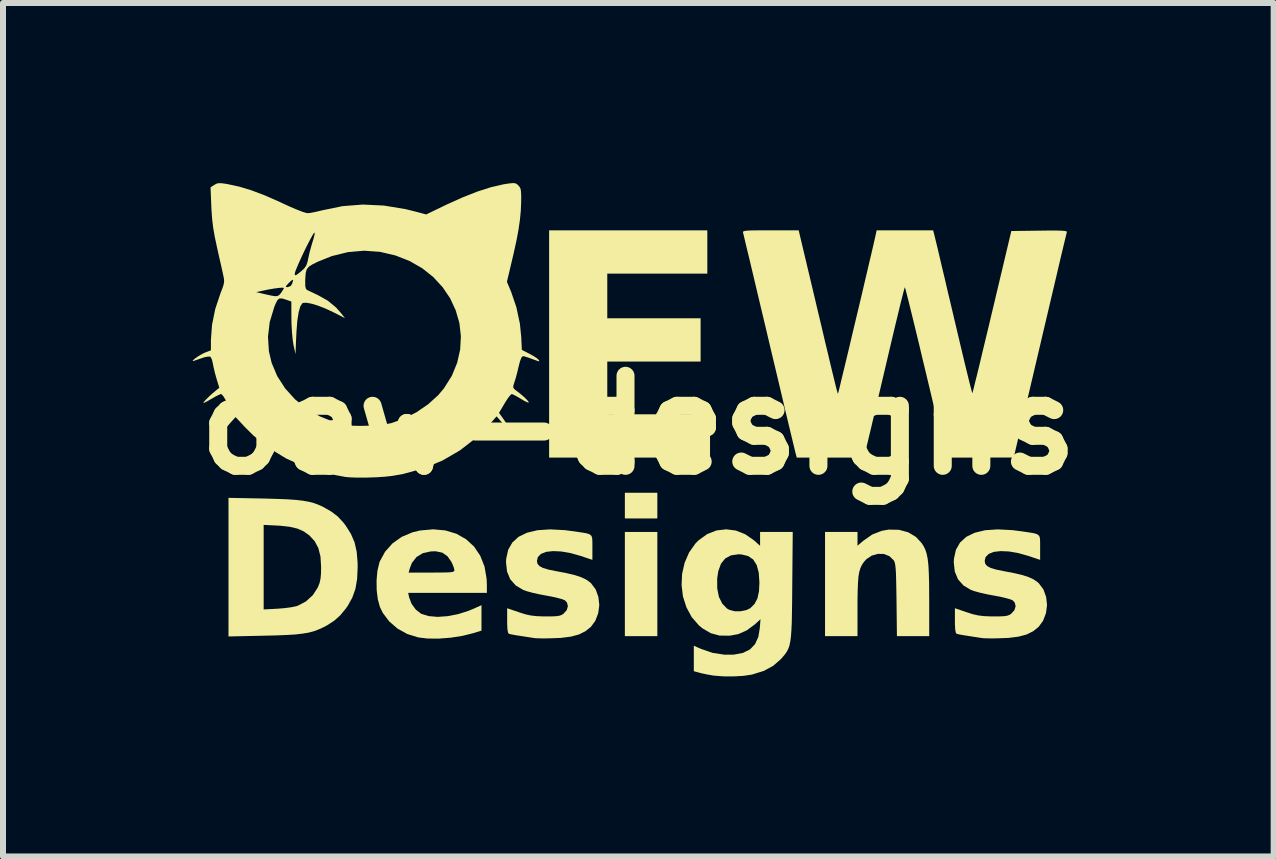
<source format=kicad_pcb>
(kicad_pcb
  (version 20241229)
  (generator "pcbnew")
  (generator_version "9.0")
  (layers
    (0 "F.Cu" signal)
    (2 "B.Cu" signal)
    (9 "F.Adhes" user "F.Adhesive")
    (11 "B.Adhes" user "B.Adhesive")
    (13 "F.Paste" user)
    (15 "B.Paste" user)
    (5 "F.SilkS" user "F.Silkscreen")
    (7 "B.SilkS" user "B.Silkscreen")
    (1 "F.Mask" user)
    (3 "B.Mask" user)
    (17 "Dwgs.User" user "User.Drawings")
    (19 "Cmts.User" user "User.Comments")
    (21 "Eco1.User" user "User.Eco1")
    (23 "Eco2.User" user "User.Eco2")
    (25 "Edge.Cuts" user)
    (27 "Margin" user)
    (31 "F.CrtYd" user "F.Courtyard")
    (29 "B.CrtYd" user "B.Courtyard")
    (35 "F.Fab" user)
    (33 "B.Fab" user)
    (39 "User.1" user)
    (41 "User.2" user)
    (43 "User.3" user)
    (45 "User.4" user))
  (footprint "oew-designs"
    (layer "F.Cu")
    (at 7.586 4.033)
    (property "Reference" "oew-designs" (at 0 0 0) (layer "F.SilkS") (effects (font (size 1.5 1.5) (thickness 0.3))))
    (attr board_only exclude_from_pos_files exclude_from_bom)
    (fp_poly (pts (xy 0.316 1.341) (xy 0.316 1.555) (xy 0.045 1.555) (xy -0.225 1.555) (xy -0.225 1.341) (xy -0.225 1.127) (xy 0.045 1.127) (xy 0.316 1.127)) (stroke (width 0) (type solid)) (fill yes) (layer "F.SilkS"))
    (fp_poly (pts (xy 0.316 2.648) (xy 0.316 3.516) (xy 0.045 3.516) (xy -0.225 3.516) (xy -0.225 2.648) (xy -0.225 1.78) (xy 0.045 1.78) (xy 0.316 1.78)) (stroke (width 0) (type solid)) (fill yes) (layer "F.SilkS"))
    (fp_poly (pts (xy 1.149 -2.885) (xy 1.149 -2.524) (xy 0.316 -2.524) (xy -0.518 -2.524) (xy -0.518 -2.152) (xy -0.518 -1.78) (xy 0.259 -1.78) (xy 1.037 -1.78) (xy 1.037 -1.42) (xy 1.037 -1.059) (xy 0.259 -1.059) (xy -0.518 -1.059) (xy -0.518 -0.62) (xy -0.518 -0.18) (xy 0.338 -0.18) (xy 1.194 -0.18) (xy 1.194 0.18) (xy 1.194 0.541) (xy -0.146 0.541) (xy -1.487 0.541) (xy -1.487 -1.352) (xy -1.487 -3.245) (xy -0.169 -3.245) (xy 1.149 -3.245)) (stroke (width 0) (type solid)) (fill yes) (layer "F.SilkS"))
    (fp_poly (pts (xy 4.341 1.744) (xy 4.494 1.785) (xy 4.623 1.862) (xy 4.717 1.962) (xy 4.753 2.017) (xy 4.781 2.075) (xy 4.803 2.143) (xy 4.82 2.226) (xy 4.832 2.33) (xy 4.839 2.459) (xy 4.844 2.62) (xy 4.845 2.818) (xy 4.846 2.912) (xy 4.846 3.516) (xy 4.577 3.516) (xy 4.308 3.516) (xy 4.301 2.913) (xy 4.298 2.729) (xy 4.295 2.585) (xy 4.292 2.475) (xy 4.287 2.394) (xy 4.281 2.336) (xy 4.273 2.296) (xy 4.263 2.268) (xy 4.254 2.252) (xy 4.182 2.183) (xy 4.091 2.147) (xy 3.99 2.145) (xy 3.889 2.174) (xy 3.799 2.234) (xy 3.758 2.28) (xy 3.725 2.328) (xy 3.7 2.381) (xy 3.681 2.444) (xy 3.667 2.523) (xy 3.659 2.625) (xy 3.654 2.757) (xy 3.651 2.924) (xy 3.651 3.026) (xy 3.651 3.516) (xy 3.381 3.516) (xy 3.11 3.516) (xy 3.11 2.648) (xy 3.11 1.78) (xy 3.381 1.78) (xy 3.651 1.78) (xy 3.651 1.895) (xy 3.651 2.009) (xy 3.745 1.929) (xy 3.896 1.823) (xy 4.056 1.761) (xy 4.168 1.741)) (stroke (width 0) (type solid)) (fill yes) (layer "F.SilkS"))
    (fp_poly (pts (xy -6.249 1.223) (xy -6.031 1.229) (xy -5.852 1.236) (xy -5.706 1.246) (xy -5.586 1.26) (xy -5.486 1.278) (xy -5.4 1.301) (xy -5.321 1.331) (xy -5.248 1.365) (xy -5.115 1.441) (xy -5.009 1.522) (xy -4.916 1.622) (xy -4.877 1.673) (xy -4.79 1.811) (xy -4.729 1.952) (xy -4.693 2.11) (xy -4.678 2.294) (xy -4.677 2.366) (xy -4.686 2.563) (xy -4.714 2.728) (xy -4.766 2.874) (xy -4.843 3.012) (xy -4.877 3.06) (xy -4.969 3.171) (xy -5.068 3.259) (xy -5.187 3.336) (xy -5.248 3.368) (xy -5.326 3.404) (xy -5.406 3.434) (xy -5.493 3.457) (xy -5.595 3.474) (xy -5.716 3.488) (xy -5.865 3.497) (xy -6.046 3.504) (xy -6.249 3.509) (xy -6.829 3.521) (xy -6.829 2.366) (xy -6.243 2.366) (xy -6.243 3.071) (xy -6.012 3.059) (xy -5.9 3.05) (xy -5.793 3.036) (xy -5.707 3.019) (xy -5.676 3.01) (xy -5.539 2.938) (xy -5.423 2.832) (xy -5.34 2.703) (xy -5.339 2.7) (xy -5.312 2.631) (xy -5.296 2.562) (xy -5.288 2.479) (xy -5.286 2.366) (xy -5.296 2.192) (xy -5.331 2.051) (xy -5.392 1.935) (xy -5.481 1.838) (xy -5.482 1.837) (xy -5.575 1.771) (xy -5.681 1.724) (xy -5.809 1.694) (xy -5.97 1.676) (xy -6.012 1.674) (xy -6.243 1.662) (xy -6.243 2.366) (xy -6.829 2.366) (xy -6.829 1.212)) (stroke (width 0) (type solid)) (fill yes) (layer "F.SilkS"))
    (fp_poly (pts (xy -3.213 1.755) (xy -3.029 1.811) (xy -2.87 1.902) (xy -2.737 2.024) (xy -2.634 2.177) (xy -2.563 2.357) (xy -2.528 2.563) (xy -2.524 2.661) (xy -2.524 2.795) (xy -3.18 2.795) (xy -3.835 2.795) (xy -3.82 2.868) (xy -3.779 2.977) (xy -3.709 3.073) (xy -3.622 3.141) (xy -3.614 3.145) (xy -3.494 3.182) (xy -3.345 3.195) (xy -3.178 3.183) (xy -3.001 3.149) (xy -2.824 3.092) (xy -2.736 3.055) (xy -2.614 3) (xy -2.614 3.212) (xy -2.614 3.424) (xy -2.758 3.468) (xy -2.935 3.512) (xy -3.129 3.542) (xy -3.326 3.557) (xy -3.511 3.556) (xy -3.668 3.537) (xy -3.849 3.481) (xy -4.012 3.391) (xy -4.151 3.271) (xy -4.258 3.129) (xy -4.306 3.031) (xy -4.341 2.902) (xy -4.36 2.748) (xy -4.362 2.585) (xy -4.35 2.457) (xy -3.828 2.457) (xy -3.447 2.457) (xy -3.307 2.456) (xy -3.206 2.455) (xy -3.138 2.452) (xy -3.096 2.446) (xy -3.074 2.437) (xy -3.066 2.425) (xy -3.065 2.416) (xy -3.075 2.373) (xy -3.1 2.31) (xy -3.116 2.277) (xy -3.182 2.183) (xy -3.266 2.125) (xy -3.376 2.102) (xy -3.457 2.104) (xy -3.592 2.134) (xy -3.697 2.198) (xy -3.773 2.296) (xy -3.807 2.383) (xy -3.828 2.457) (xy -4.35 2.457) (xy -4.348 2.428) (xy -4.316 2.294) (xy -4.308 2.271) (xy -4.22 2.109) (xy -4.098 1.972) (xy -3.945 1.863) (xy -3.766 1.787) (xy -3.64 1.756) (xy -3.417 1.736)) (stroke (width 0) (type solid)) (fill yes) (layer "F.SilkS"))
    (fp_poly (pts (xy -1.226 1.75) (xy -1.071 1.77) (xy -0.949 1.788) (xy -0.865 1.802) (xy -0.811 1.82) (xy -0.781 1.846) (xy -0.769 1.887) (xy -0.766 1.949) (xy -0.766 2.037) (xy -0.766 2.245) (xy -0.958 2.181) (xy -1.13 2.132) (xy -1.287 2.105) (xy -1.424 2.099) (xy -1.538 2.112) (xy -1.623 2.146) (xy -1.675 2.199) (xy -1.69 2.262) (xy -1.681 2.31) (xy -1.649 2.348) (xy -1.589 2.38) (xy -1.495 2.408) (xy -1.362 2.435) (xy -1.36 2.435) (xy -1.189 2.468) (xy -1.056 2.5) (xy -0.954 2.534) (xy -0.874 2.571) (xy -0.811 2.615) (xy -0.788 2.635) (xy -0.711 2.738) (xy -0.666 2.863) (xy -0.651 2.998) (xy -0.669 3.134) (xy -0.717 3.26) (xy -0.791 3.361) (xy -0.882 3.434) (xy -0.99 3.488) (xy -1.124 3.524) (xy -1.289 3.545) (xy -1.409 3.55) (xy -1.52 3.553) (xy -1.619 3.553) (xy -1.695 3.551) (xy -1.735 3.548) (xy -1.785 3.54) (xy -1.863 3.528) (xy -1.954 3.514) (xy -1.959 3.513) (xy -2.045 3.5) (xy -2.114 3.487) (xy -2.154 3.478) (xy -2.157 3.477) (xy -2.172 3.456) (xy -2.181 3.404) (xy -2.186 3.316) (xy -2.186 3.259) (xy -2.186 3.051) (xy -1.989 3.118) (xy -1.886 3.151) (xy -1.797 3.171) (xy -1.706 3.182) (xy -1.594 3.187) (xy -1.551 3.187) (xy -1.44 3.187) (xy -1.364 3.183) (xy -1.312 3.175) (xy -1.274 3.16) (xy -1.247 3.142) (xy -1.193 3.082) (xy -1.174 3.016) (xy -1.19 2.955) (xy -1.224 2.919) (xy -1.268 2.901) (xy -1.345 2.88) (xy -1.444 2.857) (xy -1.542 2.839) (xy -1.659 2.817) (xy -1.772 2.791) (xy -1.866 2.765) (xy -1.917 2.747) (xy -2.044 2.671) (xy -2.135 2.568) (xy -2.188 2.44) (xy -2.205 2.287) (xy -2.202 2.226) (xy -2.169 2.077) (xy -2.1 1.956) (xy -1.996 1.861) (xy -1.855 1.793) (xy -1.68 1.751) (xy -1.47 1.737)) (stroke (width 0) (type solid)) (fill yes) (layer "F.SilkS"))
    (fp_poly (pts (xy 6.234 1.75) (xy 6.389 1.77) (xy 6.511 1.788) (xy 6.595 1.802) (xy 6.649 1.82) (xy 6.679 1.846) (xy 6.691 1.887) (xy 6.694 1.949) (xy 6.694 2.037) (xy 6.694 2.245) (xy 6.502 2.181) (xy 6.33 2.132) (xy 6.173 2.105) (xy 6.036 2.099) (xy 5.922 2.112) (xy 5.837 2.146) (xy 5.785 2.199) (xy 5.77 2.262) (xy 5.779 2.31) (xy 5.811 2.348) (xy 5.871 2.38) (xy 5.965 2.408) (xy 6.098 2.435) (xy 6.1 2.435) (xy 6.271 2.468) (xy 6.404 2.5) (xy 6.506 2.534) (xy 6.586 2.571) (xy 6.649 2.615) (xy 6.672 2.635) (xy 6.749 2.738) (xy 6.794 2.863) (xy 6.809 2.998) (xy 6.791 3.134) (xy 6.743 3.26) (xy 6.669 3.361) (xy 6.578 3.434) (xy 6.47 3.488) (xy 6.336 3.524) (xy 6.171 3.545) (xy 6.051 3.55) (xy 5.94 3.553) (xy 5.841 3.553) (xy 5.765 3.551) (xy 5.725 3.548) (xy 5.675 3.54) (xy 5.596 3.528) (xy 5.506 3.514) (xy 5.501 3.513) (xy 5.415 3.5) (xy 5.346 3.487) (xy 5.306 3.478) (xy 5.303 3.477) (xy 5.288 3.456) (xy 5.279 3.404) (xy 5.274 3.316) (xy 5.274 3.259) (xy 5.274 3.051) (xy 5.471 3.118) (xy 5.574 3.151) (xy 5.663 3.171) (xy 5.754 3.182) (xy 5.866 3.187) (xy 5.909 3.187) (xy 6.02 3.187) (xy 6.096 3.183) (xy 6.148 3.175) (xy 6.186 3.16) (xy 6.213 3.142) (xy 6.266 3.082) (xy 6.286 3.016) (xy 6.27 2.955) (xy 6.236 2.919) (xy 6.192 2.901) (xy 6.115 2.88) (xy 6.016 2.857) (xy 5.918 2.839) (xy 5.801 2.817) (xy 5.688 2.791) (xy 5.594 2.765) (xy 5.543 2.747) (xy 5.416 2.671) (xy 5.325 2.568) (xy 5.272 2.44) (xy 5.255 2.287) (xy 5.258 2.226) (xy 5.291 2.077) (xy 5.36 1.956) (xy 5.464 1.861) (xy 5.605 1.793) (xy 5.78 1.751) (xy 5.99 1.737)) (stroke (width 0) (type solid)) (fill yes) (layer "F.SilkS"))
    (fp_poly (pts (xy 1.626 1.757) (xy 1.783 1.82) (xy 1.931 1.923) (xy 1.939 1.931) (xy 2.028 2.011) (xy 2.028 1.896) (xy 2.028 1.78) (xy 2.3 1.78) (xy 2.572 1.78) (xy 2.564 2.676) (xy 2.562 2.917) (xy 2.559 3.118) (xy 2.556 3.283) (xy 2.55 3.416) (xy 2.542 3.523) (xy 2.531 3.608) (xy 2.516 3.676) (xy 2.496 3.731) (xy 2.471 3.778) (xy 2.44 3.822) (xy 2.402 3.867) (xy 2.375 3.898) (xy 2.247 4.01) (xy 2.09 4.095) (xy 1.9 4.154) (xy 1.882 4.158) (xy 1.746 4.178) (xy 1.585 4.187) (xy 1.418 4.186) (xy 1.262 4.174) (xy 1.228 4.169) (xy 1.137 4.153) (xy 1.046 4.133) (xy 1.02 4.126) (xy 0.924 4.1) (xy 0.924 3.888) (xy 0.924 3.676) (xy 1.045 3.729) (xy 1.235 3.794) (xy 1.433 3.825) (xy 1.591 3.824) (xy 1.743 3.795) (xy 1.86 3.737) (xy 1.944 3.649) (xy 1.999 3.528) (xy 2.023 3.384) (xy 2.035 3.234) (xy 1.943 3.318) (xy 1.807 3.419) (xy 1.666 3.482) (xy 1.525 3.508) (xy 1.354 3.507) (xy 1.204 3.466) (xy 1.065 3.384) (xy 1.009 3.337) (xy 0.888 3.198) (xy 0.8 3.034) (xy 0.743 2.855) (xy 0.72 2.666) (xy 0.725 2.556) (xy 1.313 2.556) (xy 1.314 2.721) (xy 1.342 2.862) (xy 1.398 2.975) (xy 1.477 3.056) (xy 1.519 3.079) (xy 1.605 3.101) (xy 1.706 3.101) (xy 1.802 3.081) (xy 1.865 3.05) (xy 1.936 2.979) (xy 1.984 2.887) (xy 2.01 2.767) (xy 2.017 2.626) (xy 2.006 2.46) (xy 1.972 2.332) (xy 1.913 2.239) (xy 1.828 2.181) (xy 1.716 2.154) (xy 1.668 2.152) (xy 1.544 2.17) (xy 1.447 2.222) (xy 1.376 2.31) (xy 1.331 2.435) (xy 1.313 2.556) (xy 0.725 2.556) (xy 0.729 2.476) (xy 0.771 2.293) (xy 0.845 2.122) (xy 0.951 1.972) (xy 1.006 1.917) (xy 1.148 1.815) (xy 1.302 1.755) (xy 1.463 1.736)) (stroke (width 0) (type solid)) (fill yes) (layer "F.SilkS"))
    (fp_poly (pts (xy 2.916 -2.214) (xy 2.99 -1.901) (xy 3.055 -1.628) (xy 3.11 -1.393) (xy 3.158 -1.194) (xy 3.197 -1.028) (xy 3.23 -0.891) (xy 3.257 -0.781) (xy 3.278 -0.694) (xy 3.294 -0.63) (xy 3.306 -0.583) (xy 3.315 -0.552) (xy 3.32 -0.534) (xy 3.324 -0.525) (xy 3.326 -0.524) (xy 3.326 -0.524) (xy 3.332 -0.546) (xy 3.348 -0.608) (xy 3.371 -0.704) (xy 3.401 -0.83) (xy 3.438 -0.981) (xy 3.479 -1.153) (xy 3.524 -1.341) (xy 3.571 -1.541) (xy 3.62 -1.747) (xy 3.67 -1.955) (xy 3.719 -2.161) (xy 3.765 -2.359) (xy 3.809 -2.546) (xy 3.849 -2.716) (xy 3.884 -2.865) (xy 3.913 -2.989) (xy 3.934 -3.082) (xy 3.947 -3.138) (xy 3.97 -3.245) (xy 4.441 -3.245) (xy 4.911 -3.245) (xy 4.931 -3.172) (xy 4.939 -3.137) (xy 4.957 -3.063) (xy 4.984 -2.952) (xy 5.017 -2.811) (xy 5.057 -2.641) (xy 5.103 -2.449) (xy 5.152 -2.237) (xy 5.206 -2.011) (xy 5.253 -1.811) (xy 5.308 -1.578) (xy 5.36 -1.358) (xy 5.408 -1.157) (xy 5.451 -0.977) (xy 5.489 -0.822) (xy 5.52 -0.696) (xy 5.544 -0.604) (xy 5.559 -0.547) (xy 5.565 -0.531) (xy 5.571 -0.554) (xy 5.588 -0.617) (xy 5.612 -0.717) (xy 5.645 -0.849) (xy 5.684 -1.009) (xy 5.728 -1.195) (xy 5.778 -1.402) (xy 5.832 -1.626) (xy 5.888 -1.863) (xy 5.894 -1.887) (xy 6.214 -3.234) (xy 6.682 -3.24) (xy 6.844 -3.242) (xy 6.965 -3.242) (xy 7.051 -3.239) (xy 7.105 -3.235) (xy 7.133 -3.228) (xy 7.14 -3.218) (xy 7.14 -3.218) (xy 7.133 -3.192) (xy 7.117 -3.125) (xy 7.092 -3.022) (xy 7.059 -2.884) (xy 7.019 -2.715) (xy 6.973 -2.518) (xy 6.921 -2.297) (xy 6.864 -2.056) (xy 6.803 -1.796) (xy 6.738 -1.521) (xy 6.692 -1.324) (xy 6.254 0.54) (xy 5.69 0.541) (xy 5.127 0.541) (xy 4.789 -0.879) (xy 4.73 -1.124) (xy 4.675 -1.356) (xy 4.623 -1.57) (xy 4.576 -1.764) (xy 4.534 -1.934) (xy 4.499 -2.075) (xy 4.471 -2.185) (xy 4.452 -2.26) (xy 4.441 -2.296) (xy 4.44 -2.298) (xy 4.433 -2.277) (xy 4.416 -2.216) (xy 4.392 -2.12) (xy 4.36 -1.993) (xy 4.323 -1.838) (xy 4.28 -1.662) (xy 4.234 -1.467) (xy 4.184 -1.257) (xy 4.184 -1.256) (xy 4.131 -1.03) (xy 4.078 -0.804) (xy 4.026 -0.584) (xy 3.977 -0.377) (xy 3.933 -0.19) (xy 3.895 -0.029) (xy 3.865 0.099) (xy 3.849 0.163) (xy 3.76 0.541) (xy 3.199 0.541) (xy 2.639 0.541) (xy 2.616 0.456) (xy 2.608 0.422) (xy 2.59 0.346) (xy 2.563 0.234) (xy 2.528 0.089) (xy 2.486 -0.087) (xy 2.438 -0.288) (xy 2.385 -0.513) (xy 2.327 -0.758) (xy 2.265 -1.018) (xy 2.2 -1.291) (xy 2.175 -1.397) (xy 2.11 -1.673) (xy 2.047 -1.936) (xy 1.988 -2.184) (xy 1.934 -2.413) (xy 1.885 -2.619) (xy 1.842 -2.8) (xy 1.805 -2.952) (xy 1.777 -3.071) (xy 1.757 -3.155) (xy 1.746 -3.2) (xy 1.744 -3.206) (xy 1.743 -3.219) (xy 1.752 -3.229) (xy 1.777 -3.236) (xy 1.823 -3.241) (xy 1.896 -3.244) (xy 2.001 -3.245) (xy 2.144 -3.245) (xy 2.202 -3.245) (xy 2.671 -3.245)) (stroke (width 0) (type solid)) (fill yes) (layer "F.SilkS"))
    (fp_poly (pts (xy -2.044 -4.027) (xy -2.017 -4.01) (xy -1.999 -3.993) (xy -1.977 -3.966) (xy -1.962 -3.934) (xy -1.955 -3.887) (xy -1.952 -3.815) (xy -1.953 -3.712) (xy -1.959 -3.571) (xy -1.973 -3.424) (xy -1.996 -3.263) (xy -2.03 -3.079) (xy -2.077 -2.866) (xy -2.111 -2.721) (xy -2.19 -2.388) (xy -2.12 -2.221) (xy -2.032 -1.963) (xy -1.974 -1.69) (xy -1.951 -1.463) (xy -1.942 -1.254) (xy -1.821 -1.192) (xy -1.75 -1.153) (xy -1.693 -1.116) (xy -1.669 -1.095) (xy -1.651 -1.072) (xy -1.651 -1.063) (xy -1.676 -1.068) (xy -1.732 -1.088) (xy -1.775 -1.104) (xy -1.846 -1.129) (xy -1.903 -1.146) (xy -1.925 -1.149) (xy -1.948 -1.127) (xy -1.973 -1.061) (xy -1.995 -0.976) (xy -2.018 -0.878) (xy -2.043 -0.785) (xy -2.065 -0.715) (xy -2.066 -0.712) (xy -2.084 -0.654) (xy -2.083 -0.62) (xy -2.059 -0.593) (xy -2.035 -0.575) (xy -1.969 -0.524) (xy -1.906 -0.47) (xy -1.857 -0.422) (xy -1.829 -0.387) (xy -1.826 -0.375) (xy -1.85 -0.38) (xy -1.9 -0.404) (xy -1.961 -0.44) (xy -2.029 -0.48) (xy -2.083 -0.508) (xy -2.11 -0.518) (xy -2.133 -0.5) (xy -2.171 -0.452) (xy -2.216 -0.383) (xy -2.229 -0.361) (xy -2.322 -0.204) (xy -2.244 -0.096) (xy -2.19 -0.014) (xy -2.152 0.056) (xy -2.132 0.108) (xy -2.135 0.134) (xy -2.14 0.135) (xy -2.163 0.117) (xy -2.173 0.096) (xy -2.194 0.058) (xy -2.236 0.001) (xy -2.274 -0.045) (xy -2.362 -0.146) (xy -2.46 -0.034) (xy -2.703 0.212) (xy -2.971 0.42) (xy -3.262 0.589) (xy -3.577 0.72) (xy -3.916 0.813) (xy -4.093 0.845) (xy -4.217 0.859) (xy -4.365 0.869) (xy -4.522 0.874) (xy -4.675 0.875) (xy -4.808 0.87) (xy -4.879 0.864) (xy -5.226 0.799) (xy -5.556 0.697) (xy -5.866 0.557) (xy -6.153 0.383) (xy -6.412 0.175) (xy -6.55 0.038) (xy -6.711 -0.134) (xy -6.798 -0.038) (xy -6.851 0.024) (xy -6.895 0.078) (xy -6.912 0.103) (xy -6.933 0.13) (xy -6.94 0.117) (xy -6.94 0.111) (xy -6.929 0.075) (xy -6.896 0.013) (xy -6.848 -0.065) (xy -6.792 -0.146) (xy -6.773 -0.173) (xy -6.766 -0.213) (xy -6.791 -0.265) (xy -6.826 -0.324) (xy -6.867 -0.399) (xy -6.879 -0.423) (xy -6.913 -0.479) (xy -6.943 -0.513) (xy -6.953 -0.518) (xy -6.984 -0.507) (xy -7.041 -0.479) (xy -7.11 -0.439) (xy -7.177 -0.401) (xy -7.227 -0.375) (xy -7.25 -0.368) (xy -7.25 -0.368) (xy -7.239 -0.387) (xy -7.204 -0.426) (xy -7.153 -0.477) (xy -7.094 -0.53) (xy -7.037 -0.578) (xy -7.035 -0.58) (xy -6.982 -0.622) (xy -7.027 -0.769) (xy -7.054 -0.865) (xy -7.077 -0.962) (xy -7.089 -1.023) (xy -7.104 -1.089) (xy -7.125 -1.133) (xy -7.136 -1.142) (xy -7.174 -1.142) (xy -7.236 -1.129) (xy -7.262 -1.12) (xy -7.332 -1.096) (xy -7.391 -1.076) (xy -7.404 -1.071) (xy -7.427 -1.068) (xy -7.419 -1.082) (xy -7.389 -1.108) (xy -7.343 -1.141) (xy -7.29 -1.173) (xy -7.237 -1.201) (xy -7.218 -1.209) (xy -7.122 -1.246) (xy -7.122 -1.42) (xy -7.118 -1.473) (xy -6.171 -1.473) (xy -6.156 -1.232) (xy -6.11 -1.037) (xy -6.017 -0.816) (xy -5.886 -0.613) (xy -5.722 -0.431) (xy -5.528 -0.275) (xy -5.31 -0.147) (xy -5.072 -0.052) (xy -4.865 -0.001) (xy -4.762 0.01) (xy -4.629 0.013) (xy -4.482 0.009) (xy -4.336 -0.001) (xy -4.205 -0.016) (xy -4.113 -0.034) (xy -3.903 -0.109) (xy -3.696 -0.215) (xy -3.503 -0.347) (xy -3.337 -0.497) (xy -3.242 -0.609) (xy -3.109 -0.819) (xy -3.019 -1.038) (xy -2.969 -1.26) (xy -2.957 -1.482) (xy -2.982 -1.701) (xy -3.043 -1.912) (xy -3.136 -2.113) (xy -3.262 -2.299) (xy -3.418 -2.468) (xy -3.602 -2.614) (xy -3.813 -2.735) (xy -4.048 -2.827) (xy -4.305 -2.887) (xy -4.571 -2.906) (xy -4.841 -2.882) (xy -5.108 -2.816) (xy -5.335 -2.725) (xy -5.429 -2.679) (xy -5.49 -2.64) (xy -5.525 -2.597) (xy -5.542 -2.538) (xy -5.549 -2.451) (xy -5.551 -2.403) (xy -5.55 -2.32) (xy -5.54 -2.273) (xy -5.522 -2.253) (xy -5.485 -2.235) (xy -5.421 -2.205) (xy -5.344 -2.168) (xy -5.341 -2.167) (xy -5.174 -2.073) (xy -5.038 -1.961) (xy -4.959 -1.871) (xy -4.888 -1.782) (xy -5.086 -1.883) (xy -5.215 -1.943) (xy -5.336 -1.99) (xy -5.444 -2.023) (xy -5.53 -2.039) (xy -5.587 -2.036) (xy -5.599 -2.029) (xy -5.633 -1.977) (xy -5.66 -1.881) (xy -5.682 -1.743) (xy -5.696 -1.563) (xy -5.7 -1.487) (xy -5.713 -1.183) (xy -5.747 -1.341) (xy -5.76 -1.429) (xy -5.771 -1.546) (xy -5.779 -1.676) (xy -5.781 -1.779) (xy -5.782 -2.059) (xy -5.861 -2.087) (xy -5.931 -2.109) (xy -5.977 -2.111) (xy -6.011 -2.086) (xy -6.042 -2.028) (xy -6.067 -1.966) (xy -6.142 -1.718) (xy -6.171 -1.473) (xy -7.118 -1.473) (xy -7.103 -1.673) (xy -7.05 -1.934) (xy -6.97 -2.175) (xy -6.955 -2.216) (xy -6.367 -2.216) (xy -6.22 -2.181) (xy -6.121 -2.159) (xy -6.055 -2.148) (xy -6.013 -2.151) (xy -5.983 -2.168) (xy -5.957 -2.199) (xy -5.951 -2.207) (xy -5.921 -2.253) (xy -5.905 -2.283) (xy -5.905 -2.285) (xy -5.925 -2.29) (xy -5.98 -2.287) (xy -6.06 -2.277) (xy -6.156 -2.261) (xy -6.243 -2.243) (xy -6.367 -2.216) (xy -6.955 -2.216) (xy -6.933 -2.271) (xy -6.922 -2.304) (xy -5.875 -2.304) (xy -5.857 -2.299) (xy -5.841 -2.299) (xy -5.792 -2.319) (xy -5.768 -2.358) (xy -5.753 -2.409) (xy -5.761 -2.423) (xy -5.792 -2.4) (xy -5.826 -2.366) (xy -5.865 -2.324) (xy -5.875 -2.304) (xy -6.922 -2.304) (xy -6.911 -2.338) (xy -6.902 -2.389) (xy -6.904 -2.436) (xy -6.915 -2.49) (xy -6.922 -2.525) (xy -5.725 -2.525) (xy -5.722 -2.5) (xy -5.708 -2.497) (xy -5.675 -2.518) (xy -5.626 -2.557) (xy -5.569 -2.608) (xy -5.534 -2.657) (xy -5.512 -2.721) (xy -5.5 -2.778) (xy -5.477 -2.882) (xy -5.446 -2.994) (xy -5.429 -3.051) (xy -5.407 -3.124) (xy -5.394 -3.182) (xy -5.394 -3.208) (xy -5.406 -3.2) (xy -5.433 -3.157) (xy -5.47 -3.089) (xy -5.515 -3.002) (xy -5.563 -2.905) (xy -5.611 -2.804) (xy -5.654 -2.709) (xy -5.69 -2.625) (xy -5.715 -2.562) (xy -5.725 -2.526) (xy -5.725 -2.525) (xy -6.922 -2.525) (xy -6.928 -2.552) (xy -6.949 -2.646) (xy -6.976 -2.763) (xy -7.005 -2.893) (xy -7.021 -2.964) (xy -7.058 -3.139) (xy -7.084 -3.288) (xy -7.101 -3.428) (xy -7.112 -3.577) (xy -7.115 -3.643) (xy -7.128 -3.962) (xy -7.066 -4.002) (xy -7.031 -4.022) (xy -6.994 -4.031) (xy -6.942 -4.03) (xy -6.864 -4.019) (xy -6.832 -4.013) (xy -6.648 -3.973) (xy -6.447 -3.912) (xy -6.222 -3.827) (xy -5.97 -3.716) (xy -5.916 -3.69) (xy -5.798 -3.636) (xy -5.689 -3.59) (xy -5.598 -3.555) (xy -5.534 -3.535) (xy -5.51 -3.531) (xy -5.456 -3.537) (xy -5.375 -3.553) (xy -5.283 -3.575) (xy -5.267 -3.579) (xy -4.932 -3.648) (xy -4.59 -3.675) (xy -4.239 -3.658) (xy -3.876 -3.598) (xy -3.711 -3.557) (xy -3.535 -3.51) (xy -3.204 -3.67) (xy -2.939 -3.79) (xy -2.689 -3.889) (xy -2.459 -3.963) (xy -2.257 -4.01) (xy -2.223 -4.016) (xy -2.135 -4.029) (xy -2.079 -4.033)) (stroke (width 0) (type solid)) (fill yes) (layer "F.SilkS")))
  (gr_rect
    (start -3 -3)
    (end 18.171 11.22)
    (stroke (width 0.1) (type default))
    (fill no)
    (layer "Edge.Cuts")))
</source>
